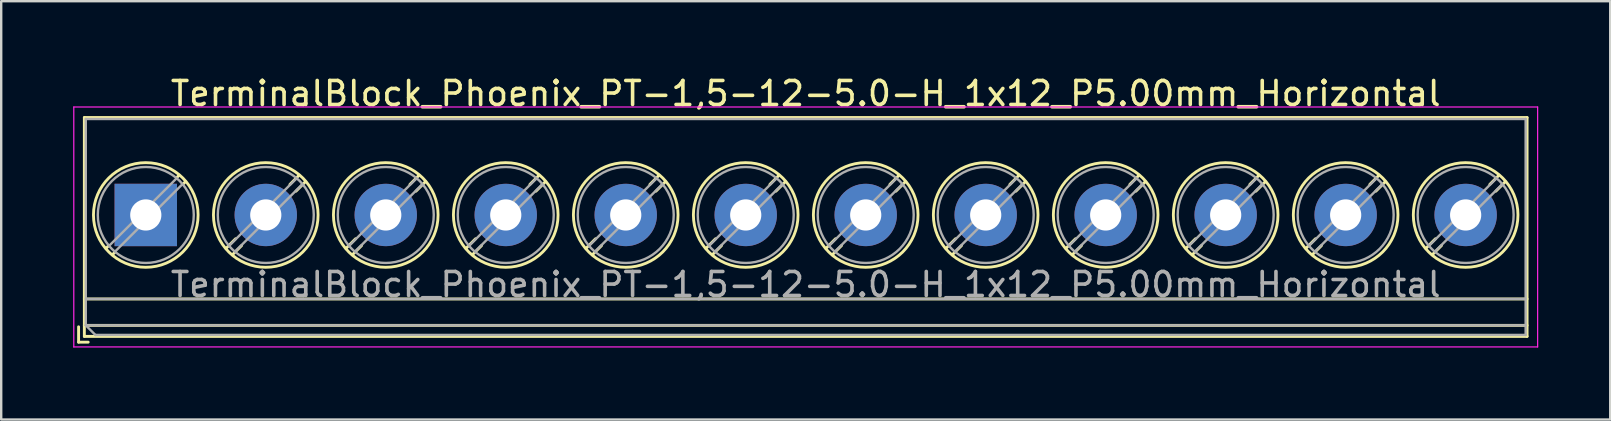
<source format=kicad_pcb>
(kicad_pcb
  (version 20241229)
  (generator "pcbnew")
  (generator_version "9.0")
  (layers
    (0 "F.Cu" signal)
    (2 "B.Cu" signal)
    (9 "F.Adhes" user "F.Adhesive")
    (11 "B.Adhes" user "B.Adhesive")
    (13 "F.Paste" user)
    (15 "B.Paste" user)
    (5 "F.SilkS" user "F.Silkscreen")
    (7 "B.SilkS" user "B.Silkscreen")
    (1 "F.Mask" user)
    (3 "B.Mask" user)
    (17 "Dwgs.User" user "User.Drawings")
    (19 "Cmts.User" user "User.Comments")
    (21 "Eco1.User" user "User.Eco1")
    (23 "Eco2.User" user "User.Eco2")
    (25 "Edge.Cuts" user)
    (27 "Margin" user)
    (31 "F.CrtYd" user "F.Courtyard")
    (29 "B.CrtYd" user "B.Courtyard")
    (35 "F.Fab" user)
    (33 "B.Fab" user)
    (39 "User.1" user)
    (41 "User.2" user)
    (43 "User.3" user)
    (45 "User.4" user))
  (footprint "TerminalBlock_Phoenix_PT-1,5-12-5.0-H_1x12_P5.00mm_Horizontal"
    (layer "F.Cu")
    (at 3.025 5.908)
    (property "Reference" "TerminalBlock_Phoenix_PT-1,5-12-5.0-H_1x12_P5.00mm_Horizontal" (at 27.5 -5.06 0) (layer "F.SilkS") (effects (font (size 1 1) (thickness 0.15))))
    (attr through_hole)
    (fp_line (start -2.8 4.66) (end -2.8 5.3) (stroke (width 0.12) (type solid)) (layer "F.SilkS"))
    (fp_line (start -2.8 5.3) (end -2.4 5.3) (stroke (width 0.12) (type solid)) (layer "F.SilkS"))
    (fp_line (start -2.56 -4.06) (end -2.56 5.06) (stroke (width 0.12) (type solid)) (layer "F.SilkS"))
    (fp_line (start -2.56 -4.06) (end 57.56 -4.06) (stroke (width 0.12) (type solid)) (layer "F.SilkS"))
    (fp_line (start -2.56 3.5) (end 57.56 3.5) (stroke (width 0.12) (type solid)) (layer "F.SilkS"))
    (fp_line (start -2.56 4.6) (end 57.56 4.6) (stroke (width 0.12) (type solid)) (layer "F.SilkS"))
    (fp_line (start -2.56 5.06) (end 57.56 5.06) (stroke (width 0.12) (type solid)) (layer "F.SilkS"))
    (fp_line (start -1.548 1.281) (end -1.654 1.388) (stroke (width 0.12) (type solid)) (layer "F.SilkS"))
    (fp_line (start -1.282 1.547) (end -1.388 1.654) (stroke (width 0.12) (type solid)) (layer "F.SilkS"))
    (fp_line (start 1.388 -1.654) (end 1.281 -1.547) (stroke (width 0.12) (type solid)) (layer "F.SilkS"))
    (fp_line (start 1.654 -1.388) (end 1.547 -1.281) (stroke (width 0.12) (type solid)) (layer "F.SilkS"))
    (fp_line (start 3.742 0.992) (end 3.347 1.388) (stroke (width 0.12) (type solid)) (layer "F.SilkS"))
    (fp_line (start 3.993 1.274) (end 3.613 1.654) (stroke (width 0.12) (type solid)) (layer "F.SilkS"))
    (fp_line (start 6.388 -1.654) (end 6.008 -1.274) (stroke (width 0.12) (type solid)) (layer "F.SilkS"))
    (fp_line (start 6.654 -1.388) (end 6.259 -0.992) (stroke (width 0.12) (type solid)) (layer "F.SilkS"))
    (fp_line (start 8.742 0.992) (end 8.347 1.388) (stroke (width 0.12) (type solid)) (layer "F.SilkS"))
    (fp_line (start 8.993 1.274) (end 8.613 1.654) (stroke (width 0.12) (type solid)) (layer "F.SilkS"))
    (fp_line (start 11.388 -1.654) (end 11.008 -1.274) (stroke (width 0.12) (type solid)) (layer "F.SilkS"))
    (fp_line (start 11.654 -1.388) (end 11.259 -0.992) (stroke (width 0.12) (type solid)) (layer "F.SilkS"))
    (fp_line (start 13.742 0.992) (end 13.347 1.388) (stroke (width 0.12) (type solid)) (layer "F.SilkS"))
    (fp_line (start 13.993 1.274) (end 13.613 1.654) (stroke (width 0.12) (type solid)) (layer "F.SilkS"))
    (fp_line (start 16.388 -1.654) (end 16.008 -1.274) (stroke (width 0.12) (type solid)) (layer "F.SilkS"))
    (fp_line (start 16.654 -1.388) (end 16.259 -0.992) (stroke (width 0.12) (type solid)) (layer "F.SilkS"))
    (fp_line (start 18.742 0.992) (end 18.347 1.388) (stroke (width 0.12) (type solid)) (layer "F.SilkS"))
    (fp_line (start 18.993 1.274) (end 18.613 1.654) (stroke (width 0.12) (type solid)) (layer "F.SilkS"))
    (fp_line (start 21.388 -1.654) (end 21.008 -1.274) (stroke (width 0.12) (type solid)) (layer "F.SilkS"))
    (fp_line (start 21.654 -1.388) (end 21.259 -0.992) (stroke (width 0.12) (type solid)) (layer "F.SilkS"))
    (fp_line (start 23.742 0.992) (end 23.347 1.388) (stroke (width 0.12) (type solid)) (layer "F.SilkS"))
    (fp_line (start 23.993 1.274) (end 23.613 1.654) (stroke (width 0.12) (type solid)) (layer "F.SilkS"))
    (fp_line (start 26.388 -1.654) (end 26.008 -1.274) (stroke (width 0.12) (type solid)) (layer "F.SilkS"))
    (fp_line (start 26.654 -1.388) (end 26.259 -0.992) (stroke (width 0.12) (type solid)) (layer "F.SilkS"))
    (fp_line (start 28.742 0.992) (end 28.347 1.388) (stroke (width 0.12) (type solid)) (layer "F.SilkS"))
    (fp_line (start 28.993 1.274) (end 28.613 1.654) (stroke (width 0.12) (type solid)) (layer "F.SilkS"))
    (fp_line (start 31.388 -1.654) (end 31.008 -1.274) (stroke (width 0.12) (type solid)) (layer "F.SilkS"))
    (fp_line (start 31.654 -1.388) (end 31.259 -0.992) (stroke (width 0.12) (type solid)) (layer "F.SilkS"))
    (fp_line (start 33.742 0.992) (end 33.347 1.388) (stroke (width 0.12) (type solid)) (layer "F.SilkS"))
    (fp_line (start 33.993 1.274) (end 33.613 1.654) (stroke (width 0.12) (type solid)) (layer "F.SilkS"))
    (fp_line (start 36.388 -1.654) (end 36.008 -1.274) (stroke (width 0.12) (type solid)) (layer "F.SilkS"))
    (fp_line (start 36.654 -1.388) (end 36.259 -0.992) (stroke (width 0.12) (type solid)) (layer "F.SilkS"))
    (fp_line (start 38.742 0.992) (end 38.347 1.388) (stroke (width 0.12) (type solid)) (layer "F.SilkS"))
    (fp_line (start 38.993 1.274) (end 38.613 1.654) (stroke (width 0.12) (type solid)) (layer "F.SilkS"))
    (fp_line (start 41.388 -1.654) (end 41.008 -1.274) (stroke (width 0.12) (type solid)) (layer "F.SilkS"))
    (fp_line (start 41.654 -1.388) (end 41.259 -0.992) (stroke (width 0.12) (type solid)) (layer "F.SilkS"))
    (fp_line (start 43.742 0.992) (end 43.347 1.388) (stroke (width 0.12) (type solid)) (layer "F.SilkS"))
    (fp_line (start 43.993 1.274) (end 43.613 1.654) (stroke (width 0.12) (type solid)) (layer "F.SilkS"))
    (fp_line (start 46.388 -1.654) (end 46.008 -1.274) (stroke (width 0.12) (type solid)) (layer "F.SilkS"))
    (fp_line (start 46.654 -1.388) (end 46.259 -0.992) (stroke (width 0.12) (type solid)) (layer "F.SilkS"))
    (fp_line (start 48.742 0.992) (end 48.347 1.388) (stroke (width 0.12) (type solid)) (layer "F.SilkS"))
    (fp_line (start 48.993 1.274) (end 48.613 1.654) (stroke (width 0.12) (type solid)) (layer "F.SilkS"))
    (fp_line (start 51.388 -1.654) (end 51.008 -1.274) (stroke (width 0.12) (type solid)) (layer "F.SilkS"))
    (fp_line (start 51.654 -1.388) (end 51.259 -0.992) (stroke (width 0.12) (type solid)) (layer "F.SilkS"))
    (fp_line (start 53.742 0.992) (end 53.347 1.388) (stroke (width 0.12) (type solid)) (layer "F.SilkS"))
    (fp_line (start 53.993 1.274) (end 53.613 1.654) (stroke (width 0.12) (type solid)) (layer "F.SilkS"))
    (fp_line (start 56.388 -1.654) (end 56.008 -1.274) (stroke (width 0.12) (type solid)) (layer "F.SilkS"))
    (fp_line (start 56.654 -1.388) (end 56.259 -0.992) (stroke (width 0.12) (type solid)) (layer "F.SilkS"))
    (fp_line (start 57.56 -4.06) (end 57.56 5.06) (stroke (width 0.12) (type solid)) (layer "F.SilkS"))
    (fp_circle (center 0 0) (end 2.18 0) (stroke (width 0.12) (type solid)) (fill no) (layer "F.SilkS"))
    (fp_circle (center 5 0) (end 7.18 0) (stroke (width 0.12) (type solid)) (fill no) (layer "F.SilkS"))
    (fp_circle (center 10 0) (end 12.18 0) (stroke (width 0.12) (type solid)) (fill no) (layer "F.SilkS"))
    (fp_circle (center 15 0) (end 17.18 0) (stroke (width 0.12) (type solid)) (fill no) (layer "F.SilkS"))
    (fp_circle (center 20 0) (end 22.18 0) (stroke (width 0.12) (type solid)) (fill no) (layer "F.SilkS"))
    (fp_circle (center 25 0) (end 27.18 0) (stroke (width 0.12) (type solid)) (fill no) (layer "F.SilkS"))
    (fp_circle (center 30 0) (end 32.18 0) (stroke (width 0.12) (type solid)) (fill no) (layer "F.SilkS"))
    (fp_circle (center 35 0) (end 37.18 0) (stroke (width 0.12) (type solid)) (fill no) (layer "F.SilkS"))
    (fp_circle (center 40 0) (end 42.18 0) (stroke (width 0.12) (type solid)) (fill no) (layer "F.SilkS"))
    (fp_circle (center 45 0) (end 47.18 0) (stroke (width 0.12) (type solid)) (fill no) (layer "F.SilkS"))
    (fp_circle (center 50 0) (end 52.18 0) (stroke (width 0.12) (type solid)) (fill no) (layer "F.SilkS"))
    (fp_circle (center 55 0) (end 57.18 0) (stroke (width 0.12) (type solid)) (fill no) (layer "F.SilkS"))
    (fp_line (start -3 -4.5) (end -3 5.5) (stroke (width 0.05) (type solid)) (layer "F.CrtYd"))
    (fp_line (start -3 5.5) (end 58 5.5) (stroke (width 0.05) (type solid)) (layer "F.CrtYd"))
    (fp_line (start 58 -4.5) (end -3 -4.5) (stroke (width 0.05) (type solid)) (layer "F.CrtYd"))
    (fp_line (start 58 5.5) (end 58 -4.5) (stroke (width 0.05) (type solid)) (layer "F.CrtYd"))
    (fp_line (start -2.5 -4) (end 57.5 -4) (stroke (width 0.1) (type solid)) (layer "F.Fab"))
    (fp_line (start -2.5 3.5) (end 57.5 3.5) (stroke (width 0.1) (type solid)) (layer "F.Fab"))
    (fp_line (start -2.5 4.6) (end -2.5 -4) (stroke (width 0.1) (type solid)) (layer "F.Fab"))
    (fp_line (start -2.5 4.6) (end 57.5 4.6) (stroke (width 0.1) (type solid)) (layer "F.Fab"))
    (fp_line (start -2.1 5) (end -2.5 4.6) (stroke (width 0.1) (type solid)) (layer "F.Fab"))
    (fp_line (start 1.273 -1.517) (end -1.517 1.273) (stroke (width 0.1) (type solid)) (layer "F.Fab"))
    (fp_line (start 1.517 -1.273) (end -1.273 1.517) (stroke (width 0.1) (type solid)) (layer "F.Fab"))
    (fp_line (start 6.273 -1.517) (end 3.484 1.273) (stroke (width 0.1) (type solid)) (layer "F.Fab"))
    (fp_line (start 6.517 -1.273) (end 3.728 1.517) (stroke (width 0.1) (type solid)) (layer "F.Fab"))
    (fp_line (start 11.273 -1.517) (end 8.484 1.273) (stroke (width 0.1) (type solid)) (layer "F.Fab"))
    (fp_line (start 11.517 -1.273) (end 8.728 1.517) (stroke (width 0.1) (type solid)) (layer "F.Fab"))
    (fp_line (start 16.273 -1.517) (end 13.484 1.273) (stroke (width 0.1) (type solid)) (layer "F.Fab"))
    (fp_line (start 16.517 -1.273) (end 13.728 1.517) (stroke (width 0.1) (type solid)) (layer "F.Fab"))
    (fp_line (start 21.273 -1.517) (end 18.484 1.273) (stroke (width 0.1) (type solid)) (layer "F.Fab"))
    (fp_line (start 21.517 -1.273) (end 18.728 1.517) (stroke (width 0.1) (type solid)) (layer "F.Fab"))
    (fp_line (start 26.273 -1.517) (end 23.484 1.273) (stroke (width 0.1) (type solid)) (layer "F.Fab"))
    (fp_line (start 26.517 -1.273) (end 23.728 1.517) (stroke (width 0.1) (type solid)) (layer "F.Fab"))
    (fp_line (start 31.273 -1.517) (end 28.484 1.273) (stroke (width 0.1) (type solid)) (layer "F.Fab"))
    (fp_line (start 31.517 -1.273) (end 28.728 1.517) (stroke (width 0.1) (type solid)) (layer "F.Fab"))
    (fp_line (start 36.273 -1.517) (end 33.484 1.273) (stroke (width 0.1) (type solid)) (layer "F.Fab"))
    (fp_line (start 36.517 -1.273) (end 33.728 1.517) (stroke (width 0.1) (type solid)) (layer "F.Fab"))
    (fp_line (start 41.273 -1.517) (end 38.484 1.273) (stroke (width 0.1) (type solid)) (layer "F.Fab"))
    (fp_line (start 41.517 -1.273) (end 38.728 1.517) (stroke (width 0.1) (type solid)) (layer "F.Fab"))
    (fp_line (start 46.273 -1.517) (end 43.484 1.273) (stroke (width 0.1) (type solid)) (layer "F.Fab"))
    (fp_line (start 46.517 -1.273) (end 43.728 1.517) (stroke (width 0.1) (type solid)) (layer "F.Fab"))
    (fp_line (start 51.273 -1.517) (end 48.484 1.273) (stroke (width 0.1) (type solid)) (layer "F.Fab"))
    (fp_line (start 51.517 -1.273) (end 48.728 1.517) (stroke (width 0.1) (type solid)) (layer "F.Fab"))
    (fp_line (start 56.273 -1.517) (end 53.484 1.273) (stroke (width 0.1) (type solid)) (layer "F.Fab"))
    (fp_line (start 56.517 -1.273) (end 53.728 1.517) (stroke (width 0.1) (type solid)) (layer "F.Fab"))
    (fp_line (start 57.5 -4) (end 57.5 5) (stroke (width 0.1) (type solid)) (layer "F.Fab"))
    (fp_line (start 57.5 5) (end -2.1 5) (stroke (width 0.1) (type solid)) (layer "F.Fab"))
    (fp_circle (center 0 0) (end 2 0) (stroke (width 0.1) (type solid)) (fill no) (layer "F.Fab"))
    (fp_circle (center 5 0) (end 7 0) (stroke (width 0.1) (type solid)) (fill no) (layer "F.Fab"))
    (fp_circle (center 10 0) (end 12 0) (stroke (width 0.1) (type solid)) (fill no) (layer "F.Fab"))
    (fp_circle (center 15 0) (end 17 0) (stroke (width 0.1) (type solid)) (fill no) (layer "F.Fab"))
    (fp_circle (center 20 0) (end 22 0) (stroke (width 0.1) (type solid)) (fill no) (layer "F.Fab"))
    (fp_circle (center 25 0) (end 27 0) (stroke (width 0.1) (type solid)) (fill no) (layer "F.Fab"))
    (fp_circle (center 30 0) (end 32 0) (stroke (width 0.1) (type solid)) (fill no) (layer "F.Fab"))
    (fp_circle (center 35 0) (end 37 0) (stroke (width 0.1) (type solid)) (fill no) (layer "F.Fab"))
    (fp_circle (center 40 0) (end 42 0) (stroke (width 0.1) (type solid)) (fill no) (layer "F.Fab"))
    (fp_circle (center 45 0) (end 47 0) (stroke (width 0.1) (type solid)) (fill no) (layer "F.Fab"))
    (fp_circle (center 50 0) (end 52 0) (stroke (width 0.1) (type solid)) (fill no) (layer "F.Fab"))
    (fp_circle (center 55 0) (end 57 0) (stroke (width 0.1) (type solid)) (fill no) (layer "F.Fab"))
    (fp_text user "${REFERENCE}" (at 27.5 2.9 0) (layer "F.Fab") (effects (font (size 1 1) (thickness 0.15))))
    (pad "1" thru_hole rect (at 0 0) (size 2.6 2.6) (drill 1.3) (layers "*.Cu" "*.Mask"))
    (pad "2" thru_hole circle (at 5 0) (size 2.6 2.6) (drill 1.3) (layers "*.Cu" "*.Mask"))
    (pad "3" thru_hole circle (at 10 0) (size 2.6 2.6) (drill 1.3) (layers "*.Cu" "*.Mask"))
    (pad "4" thru_hole circle (at 15 0) (size 2.6 2.6) (drill 1.3) (layers "*.Cu" "*.Mask"))
    (pad "5" thru_hole circle (at 20 0) (size 2.6 2.6) (drill 1.3) (layers "*.Cu" "*.Mask"))
    (pad "6" thru_hole circle (at 25 0) (size 2.6 2.6) (drill 1.3) (layers "*.Cu" "*.Mask"))
    (pad "7" thru_hole circle (at 30 0) (size 2.6 2.6) (drill 1.3) (layers "*.Cu" "*.Mask"))
    (pad "8" thru_hole circle (at 35 0) (size 2.6 2.6) (drill 1.3) (layers "*.Cu" "*.Mask"))
    (pad "9" thru_hole circle (at 40 0) (size 2.6 2.6) (drill 1.3) (layers "*.Cu" "*.Mask"))
    (pad "10" thru_hole circle (at 45 0) (size 2.6 2.6) (drill 1.3) (layers "*.Cu" "*.Mask"))
    (pad "11" thru_hole circle (at 50 0) (size 2.6 2.6) (drill 1.3) (layers "*.Cu" "*.Mask"))
    (pad "12" thru_hole circle (at 55 0) (size 2.6 2.6) (drill 1.3) (layers "*.Cu" "*.Mask")))
  (gr_rect
    (start -3 -3)
    (end 64.05 14.433)
    (stroke (width 0.1) (type default))
    (fill no)
    (layer "Edge.Cuts")))
</source>
